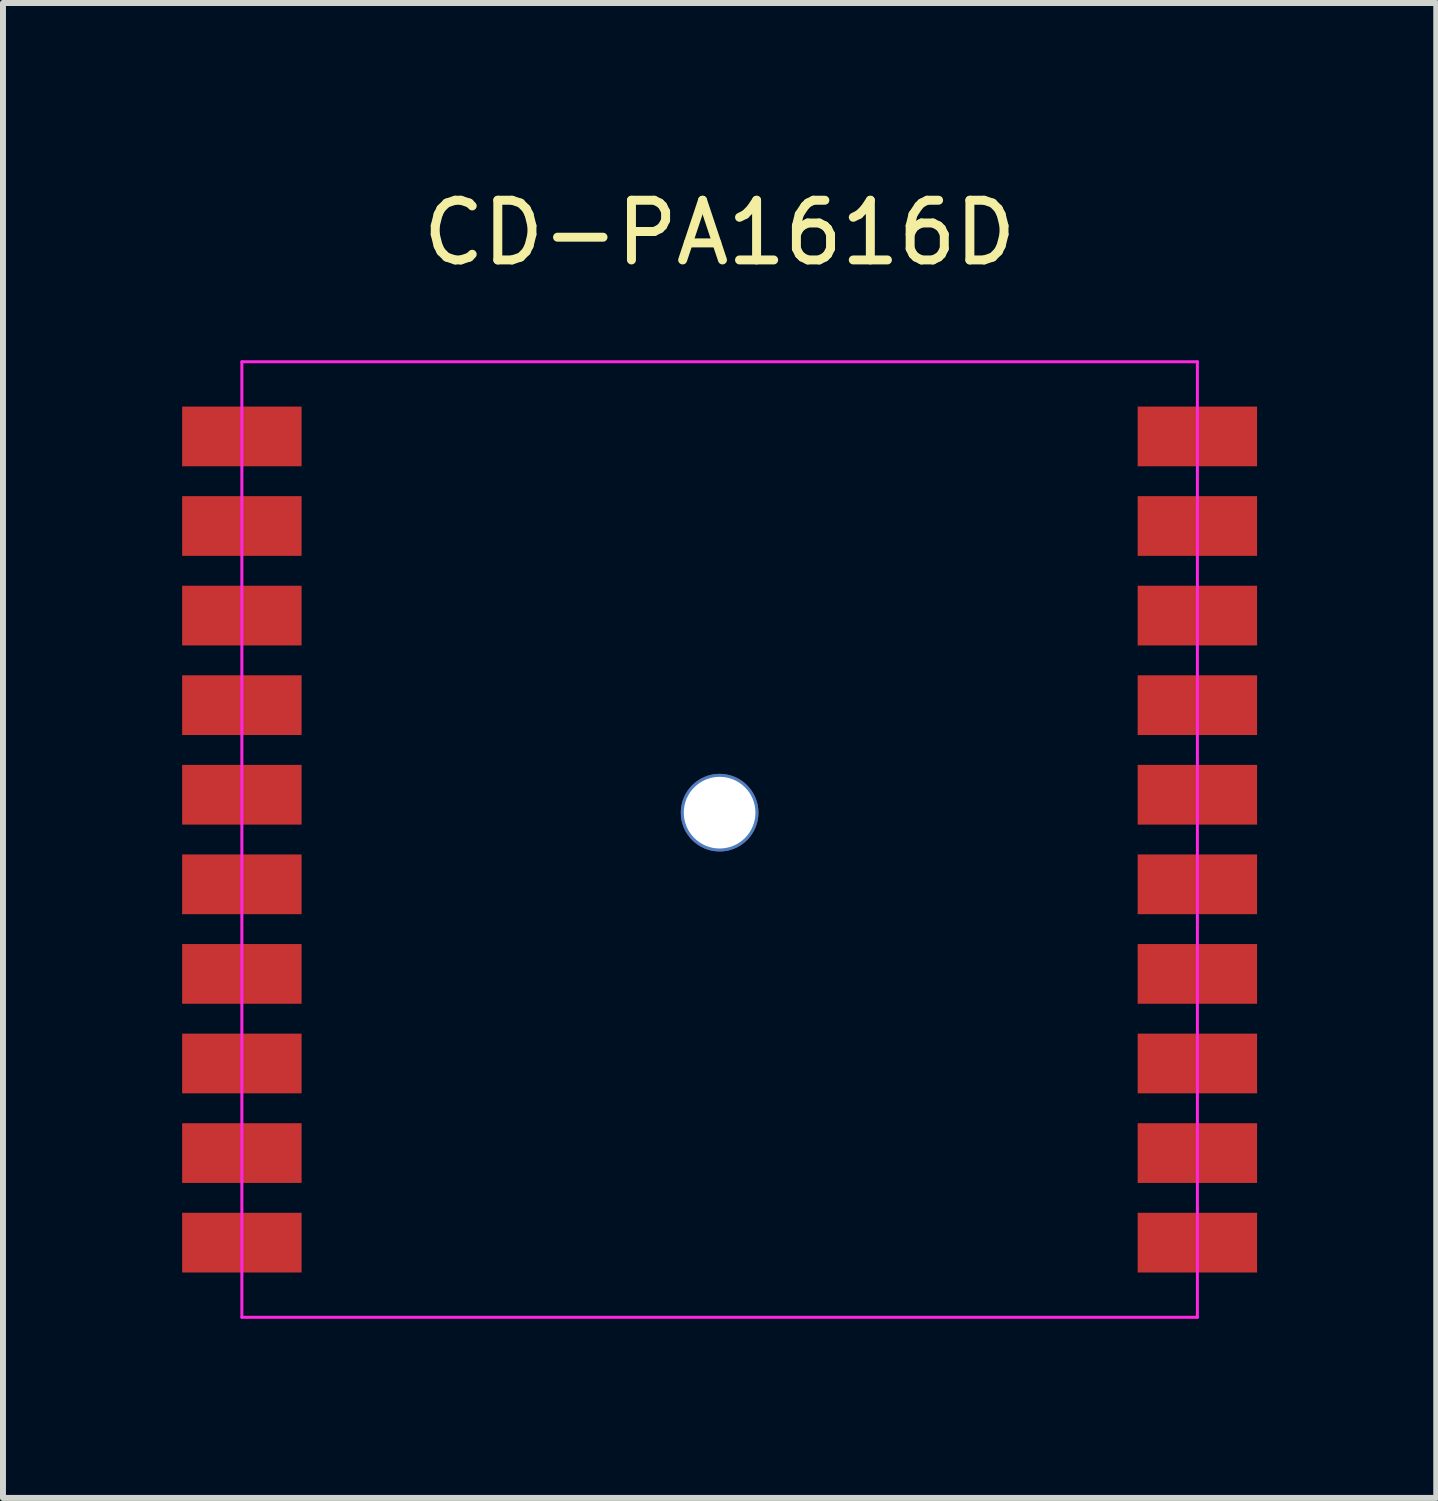
<source format=kicad_pcb>
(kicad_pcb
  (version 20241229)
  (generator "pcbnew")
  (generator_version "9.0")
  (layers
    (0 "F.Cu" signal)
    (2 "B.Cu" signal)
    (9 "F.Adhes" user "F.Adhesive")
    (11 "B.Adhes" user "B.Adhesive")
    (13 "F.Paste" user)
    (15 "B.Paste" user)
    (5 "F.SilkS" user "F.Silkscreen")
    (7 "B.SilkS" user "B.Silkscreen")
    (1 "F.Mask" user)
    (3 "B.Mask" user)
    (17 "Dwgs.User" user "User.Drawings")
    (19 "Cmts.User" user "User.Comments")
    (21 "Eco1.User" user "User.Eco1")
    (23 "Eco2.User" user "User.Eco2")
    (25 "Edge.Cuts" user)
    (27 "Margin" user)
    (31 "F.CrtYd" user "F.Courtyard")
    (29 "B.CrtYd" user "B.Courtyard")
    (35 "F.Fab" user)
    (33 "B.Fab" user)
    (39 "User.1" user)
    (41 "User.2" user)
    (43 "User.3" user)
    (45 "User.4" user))
  (footprint "CD-PA1616D"
    (layer "F.Cu")
    (at 9 11.008)
    (property "Reference" "CD-PA1616D" (at 0 -10.16 180) (layer "F.SilkS") (effects (font (size 1 1) (thickness 0.15))))
    (attr smd)
    (fp_line (start -8 -8) (end 8 -8) (stroke (width 0.05) (type solid)) (layer "F.CrtYd"))
    (fp_line (start -8 8) (end -8 -8) (stroke (width 0.05) (type solid)) (layer "F.CrtYd"))
    (fp_line (start 8 -8) (end 8 8) (stroke (width 0.05) (type solid)) (layer "F.CrtYd"))
    (fp_line (start 8 8) (end -8 8) (stroke (width 0.05) (type solid)) (layer "F.CrtYd"))
    (pad "" np_thru_hole circle (at 0 -0.45) (size 1.3 1.3) (drill 1.2) (layers "*.Cu" "*.Mask"))
    (pad "1" smd rect (at -8 -6.75 90) (size 1 2) (layers "F.Cu" "F.Mask" "F.Paste"))
    (pad "2" smd rect (at -8 -5.25 90) (size 1 2) (layers "F.Cu" "F.Mask" "F.Paste"))
    (pad "3" smd rect (at -8 -3.75 90) (size 1 2) (layers "F.Cu" "F.Mask" "F.Paste"))
    (pad "4" smd rect (at -8 -2.25 90) (size 1 2) (layers "F.Cu" "F.Mask" "F.Paste"))
    (pad "5" smd rect (at -8 -0.75 90) (size 1 2) (layers "F.Cu" "F.Mask" "F.Paste"))
    (pad "6" smd rect (at -8 0.75 90) (size 1 2) (layers "F.Cu" "F.Mask" "F.Paste"))
    (pad "7" smd rect (at -8 2.25 90) (size 1 2) (layers "F.Cu" "F.Mask" "F.Paste"))
    (pad "8" smd rect (at -8 3.75 90) (size 1 2) (layers "F.Cu" "F.Mask" "F.Paste"))
    (pad "9" smd rect (at -8 5.25 90) (size 1 2) (layers "F.Cu" "F.Mask" "F.Paste"))
    (pad "10" smd rect (at -8 6.75 90) (size 1 2) (layers "F.Cu" "F.Mask" "F.Paste"))
    (pad "11" smd rect (at 8 6.75 90) (size 1 2) (layers "F.Cu" "F.Mask" "F.Paste"))
    (pad "12" smd rect (at 8 5.25 90) (size 1 2) (layers "F.Cu" "F.Mask" "F.Paste"))
    (pad "13" smd rect (at 8 3.75 90) (size 1 2) (layers "F.Cu" "F.Mask" "F.Paste"))
    (pad "14" smd rect (at 8 2.25 90) (size 1 2) (layers "F.Cu" "F.Mask" "F.Paste"))
    (pad "15" smd rect (at 8 0.75 90) (size 1 2) (layers "F.Cu" "F.Mask" "F.Paste"))
    (pad "16" smd rect (at 8 -0.75 90) (size 1 2) (layers "F.Cu" "F.Mask" "F.Paste"))
    (pad "17" smd rect (at 8 -2.25 90) (size 1 2) (layers "F.Cu" "F.Mask" "F.Paste"))
    (pad "18" smd rect (at 8 -3.75 90) (size 1 2) (layers "F.Cu" "F.Mask" "F.Paste"))
    (pad "19" smd rect (at 8 -5.25 90) (size 1 2) (layers "F.Cu" "F.Mask" "F.Paste"))
    (pad "20" smd rect (at 8 -6.75 90) (size 1 2) (layers "F.Cu" "F.Mask" "F.Paste")))
  (gr_rect
    (start -3 -3)
    (end 21 22.033)
    (stroke (width 0.1) (type default))
    (fill no)
    (layer "Edge.Cuts")))
</source>
